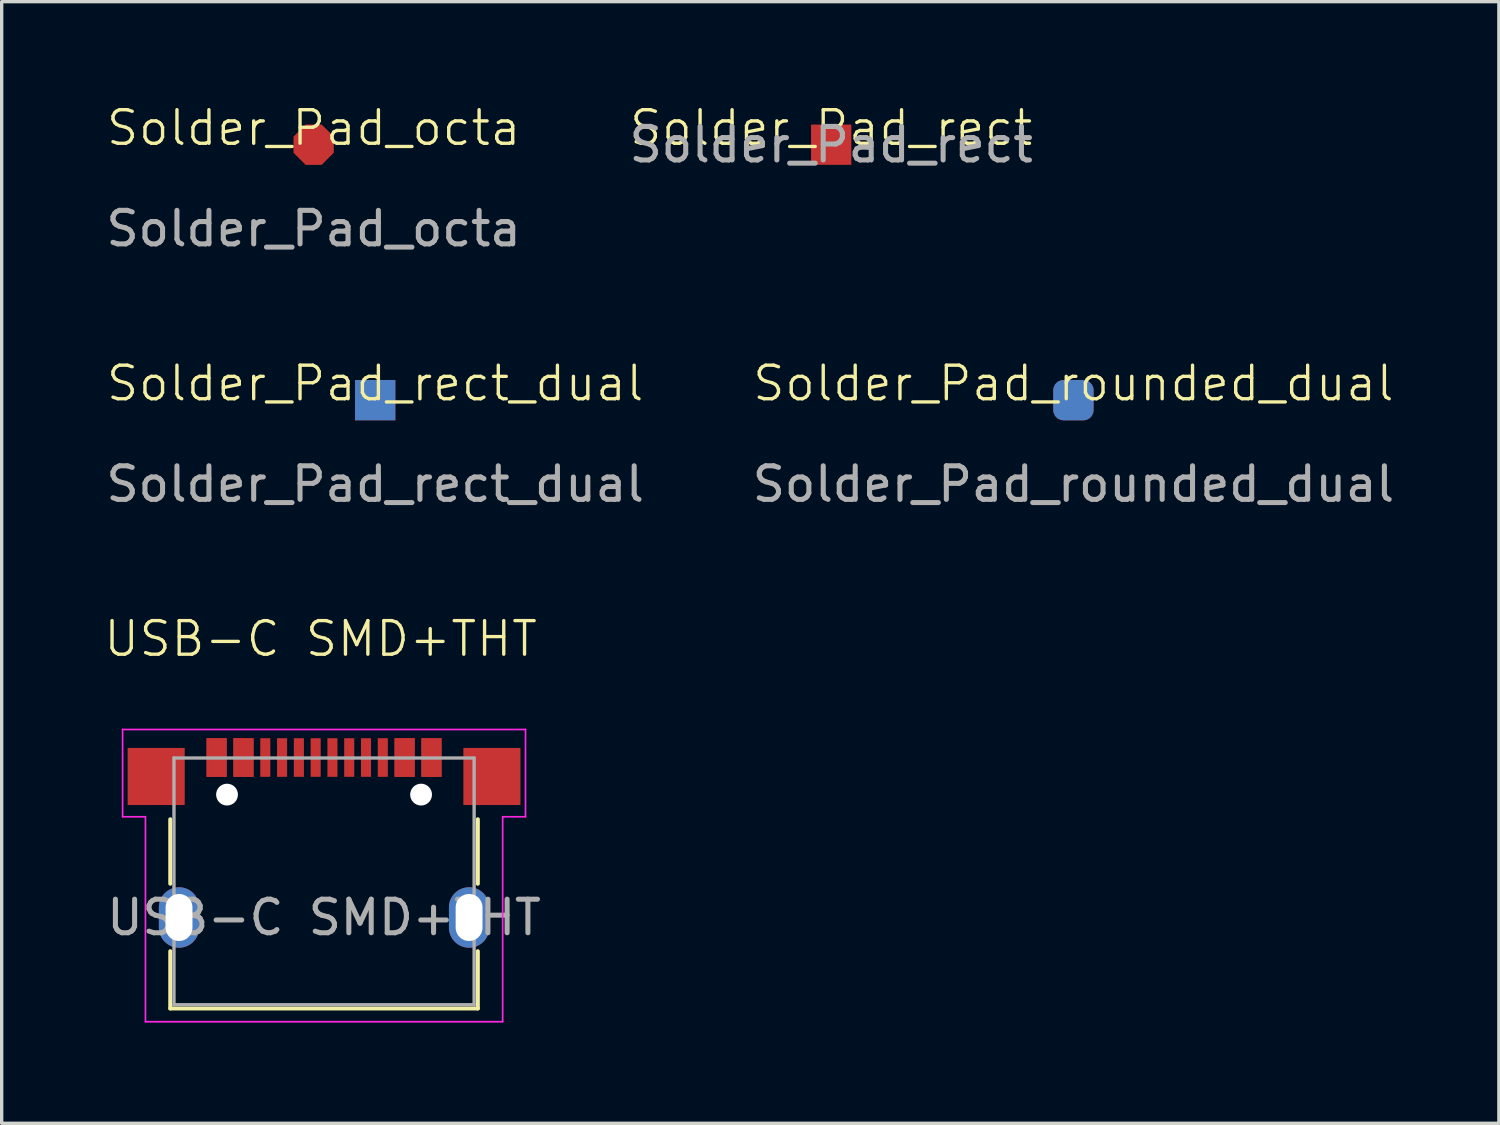
<source format=kicad_pcb>
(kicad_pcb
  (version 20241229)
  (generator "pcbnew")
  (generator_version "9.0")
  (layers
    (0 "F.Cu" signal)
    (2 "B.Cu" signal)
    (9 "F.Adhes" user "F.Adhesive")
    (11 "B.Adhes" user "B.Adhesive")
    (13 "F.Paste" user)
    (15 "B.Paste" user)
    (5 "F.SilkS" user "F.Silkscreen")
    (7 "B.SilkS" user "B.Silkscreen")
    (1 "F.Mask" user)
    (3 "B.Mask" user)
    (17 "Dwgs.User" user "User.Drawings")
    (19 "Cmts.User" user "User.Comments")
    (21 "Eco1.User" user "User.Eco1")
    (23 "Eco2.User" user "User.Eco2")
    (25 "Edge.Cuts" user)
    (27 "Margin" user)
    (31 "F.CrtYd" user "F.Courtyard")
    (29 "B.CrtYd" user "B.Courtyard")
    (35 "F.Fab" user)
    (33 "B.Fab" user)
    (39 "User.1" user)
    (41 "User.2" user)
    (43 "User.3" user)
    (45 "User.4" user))
  (footprint "Solder_Pad_rounded_dual"
    (layer "F.Cu")
    (at 28.923 8.869)
    (property "Reference" "Solder_Pad_rounded_dual" (at 0 -0.5 0) (unlocked yes) (layer "F.SilkS") (effects (font (size 1 1) (thickness 0.1))))
    (attr smd)
    (fp_text user "${REFERENCE}" (at 0 2.5 0) (unlocked yes) (layer "F.Fab") (effects (font (size 1 1) (thickness 0.15))))
    (pad "1" smd roundrect (at 0 0) (size 1.2 1.2) (layers "F.Cu" "F.Mask") (roundrect_rratio 0.25))
    (pad "2" smd roundrect (at 0 0) (size 1.2 1.2) (layers "B.Cu" "B.Mask") (roundrect_rratio 0.25)))
  (footprint "Solder_Pad_octa"
    (layer "F.Cu")
    (at 6.292 1.26)
    (property "Reference" "Solder_Pad_octa" (at 0 -0.5 0) (unlocked yes) (layer "F.SilkS") (effects (font (size 1 1) (thickness 0.1))))
    (attr smd)
    (fp_text user "${REFERENCE}" (at 0 2.5 0) (unlocked yes) (layer "F.Fab") (effects (font (size 1 1) (thickness 0.15))))
    (pad "1" smd roundrect (at 0 0) (size 1.2 1.2) (layers "F.Cu" "F.Mask") (roundrect_rratio 0) (chamfer_ratio 0.3) (chamfer top_left top_right bottom_left bottom_right)))
  (footprint "Solder_Pad_rect_dual"
    (layer "F.Cu")
    (at 8.125 8.869)
    (property "Reference" "Solder_Pad_rect_dual" (at 0 -0.5 0) (unlocked yes) (layer "F.SilkS") (effects (font (size 1 1) (thickness 0.1))))
    (attr smd)
    (fp_text user "${REFERENCE}" (at 0 2.5 0) (unlocked yes) (layer "F.Fab") (effects (font (size 1 1) (thickness 0.15))))
    (pad "1" smd rect (at 0 0) (size 1.2 1.2) (layers "F.Cu" "F.Mask"))
    (pad "2" smd rect (at 0 0) (size 1.2 1.2) (layers "B.Cu" "B.Mask")))
  (footprint "USB-C SMD+THT"
    (layer "F.Cu")
    (at 6.602 24.278)
    (property "Reference" "USB-C SMD+THT" (at -0.1 -8.3 0) (unlocked yes) (layer "F.SilkS") (effects (font (size 1 1) (thickness 0.1))))
    (attr smd)
    (fp_line (start -4.58 -2.925) (end -4.58 -1.005) (stroke (width 0.12) (type solid)) (layer "F.SilkS"))
    (fp_line (start -4.58 2.71) (end -4.58 1.005) (stroke (width 0.12) (type solid)) (layer "F.SilkS"))
    (fp_line (start 4.58 -1.005) (end 4.58 -2.925) (stroke (width 0.12) (type solid)) (layer "F.SilkS"))
    (fp_line (start 4.58 1.005) (end 4.58 2.71) (stroke (width 0.12) (type solid)) (layer "F.SilkS"))
    (fp_line (start 4.58 2.71) (end -4.58 2.71) (stroke (width 0.12) (type solid)) (layer "F.SilkS"))
    (fp_line (start -6 -5.6) (end -6 -3) (stroke (width 0.05) (type default)) (layer "F.CrtYd"))
    (fp_line (start -6 -5.6) (end 6 -5.6) (stroke (width 0.05) (type solid)) (layer "F.CrtYd"))
    (fp_line (start -6 -3) (end -5.32 -3) (stroke (width 0.05) (type default)) (layer "F.CrtYd"))
    (fp_line (start -5.32 -3) (end -5.32 3.105) (stroke (width 0.05) (type default)) (layer "F.CrtYd"))
    (fp_line (start 5.32 -3) (end 5.32 3.105) (stroke (width 0.05) (type default)) (layer "F.CrtYd"))
    (fp_line (start 5.32 3.105) (end -5.32 3.105) (stroke (width 0.05) (type solid)) (layer "F.CrtYd"))
    (fp_line (start 6 -5.6) (end 6 -3) (stroke (width 0.05) (type default)) (layer "F.CrtYd"))
    (fp_line (start 6 -3) (end 5.32 -3) (stroke (width 0.05) (type default)) (layer "F.CrtYd"))
    (fp_line (start -4.47 -4.75) (end -4.47 2.6) (stroke (width 0.1) (type solid)) (layer "F.Fab"))
    (fp_line (start -4.47 -4.75) (end 4.47 -4.75) (stroke (width 0.1) (type solid)) (layer "F.Fab"))
    (fp_line (start -4.47 2.6) (end 4.47 2.6) (stroke (width 0.1) (type solid)) (layer "F.Fab"))
    (fp_line (start 4.47 2.6) (end 4.47 -4.75) (stroke (width 0.1) (type solid)) (layer "F.Fab"))
    (fp_text user "${REFERENCE}" (at 0 0 0) (unlocked yes) (layer "F.Fab") (effects (font (size 1 1) (thickness 0.15))))
    (pad "" np_thru_hole circle (at -2.89 -3.66) (size 0.65 0.65) (drill 0.65) (layers "*.Cu" "*.Mask"))
    (pad "" np_thru_hole circle (at 2.89 -3.66) (size 0.65 0.65) (drill 0.65) (layers "*.Cu" "*.Mask"))
    (pad "A1" smd rect (at -3.2 -4.765) (size 0.6 1.15) (layers "F.Cu" "F.Mask" "F.Paste"))
    (pad "A4" smd rect (at -2.4 -4.765) (size 0.6 1.15) (layers "F.Cu" "F.Mask" "F.Paste"))
    (pad "A5" smd rect (at -1.25 -4.765) (size 0.3 1.15) (layers "F.Cu" "F.Mask" "F.Paste"))
    (pad "A6" smd rect (at -0.25 -4.765) (size 0.3 1.15) (layers "F.Cu" "F.Mask" "F.Paste"))
    (pad "A7" smd rect (at 0.25 -4.765) (size 0.3 1.15) (layers "F.Cu" "F.Mask" "F.Paste"))
    (pad "A8" smd rect (at 1.25 -4.765) (size 0.3 1.15) (layers "F.Cu" "F.Mask" "F.Paste"))
    (pad "A9" smd rect (at 2.4 -4.765) (size 0.6 1.15) (layers "F.Cu" "F.Mask" "F.Paste"))
    (pad "A12" smd rect (at 3.2 -4.765) (size 0.6 1.15) (layers "F.Cu" "F.Mask" "F.Paste"))
    (pad "B1" smd rect (at 3.2 -4.765) (size 0.6 1.15) (layers "F.Cu" "F.Mask" "F.Paste"))
    (pad "B4" smd rect (at 2.4 -4.765) (size 0.6 1.15) (layers "F.Cu" "F.Mask" "F.Paste"))
    (pad "B5" smd rect (at 1.75 -4.765) (size 0.3 1.15) (layers "F.Cu" "F.Mask" "F.Paste"))
    (pad "B6" smd rect (at 0.75 -4.765) (size 0.3 1.15) (layers "F.Cu" "F.Mask" "F.Paste"))
    (pad "B7" smd rect (at -0.75 -4.765) (size 0.3 1.15) (layers "F.Cu" "F.Mask" "F.Paste"))
    (pad "B8" smd rect (at -1.75 -4.765) (size 0.3 1.15) (layers "F.Cu" "F.Mask" "F.Paste"))
    (pad "B9" smd rect (at -2.4 -4.765) (size 0.6 1.15) (layers "F.Cu" "F.Mask" "F.Paste"))
    (pad "B12" smd rect (at -3.2 -4.765) (size 0.6 1.15) (layers "F.Cu" "F.Mask" "F.Paste"))
    (pad "S1" smd rect (at -5 -4.2) (size 1.7 1.7) (layers "F.Cu" "F.Mask" "F.Paste"))
    (pad "S1" thru_hole oval (at -4.32 0) (size 1.2 1.8) (drill oval 0.8 1.4) (layers "*.Cu" "*.Mask"))
    (pad "S1" thru_hole oval (at 4.32 0) (size 1.2 1.8) (drill oval 0.8 1.4) (layers "*.Cu" "*.Mask"))
    (pad "S1" smd rect (at 5 -4.2) (size 1.7 1.7) (layers "F.Cu" "F.Mask" "F.Paste")))
  (footprint "Solder_Pad_rect"
    (layer "F.Cu")
    (at 21.708 1.26)
    (property "Reference" "Solder_Pad_rect" (at 0 -0.5 0) (unlocked yes) (layer "F.SilkS") (effects (font (size 1 1) (thickness 0.1))))
    (attr smd)
    (fp_text user "${REFERENCE}" (at 0 0 0) (unlocked yes) (layer "F.Fab") (effects (font (size 1 1) (thickness 0.15))))
    (pad "1" smd rect (at 0 0) (size 1.2 1.2) (layers "F.Cu" "F.Mask")))
  (gr_rect
    (start -3 -3)
    (end 41.595 30.408)
    (stroke (width 0.1) (type default))
    (fill no)
    (layer "Edge.Cuts")))
</source>
